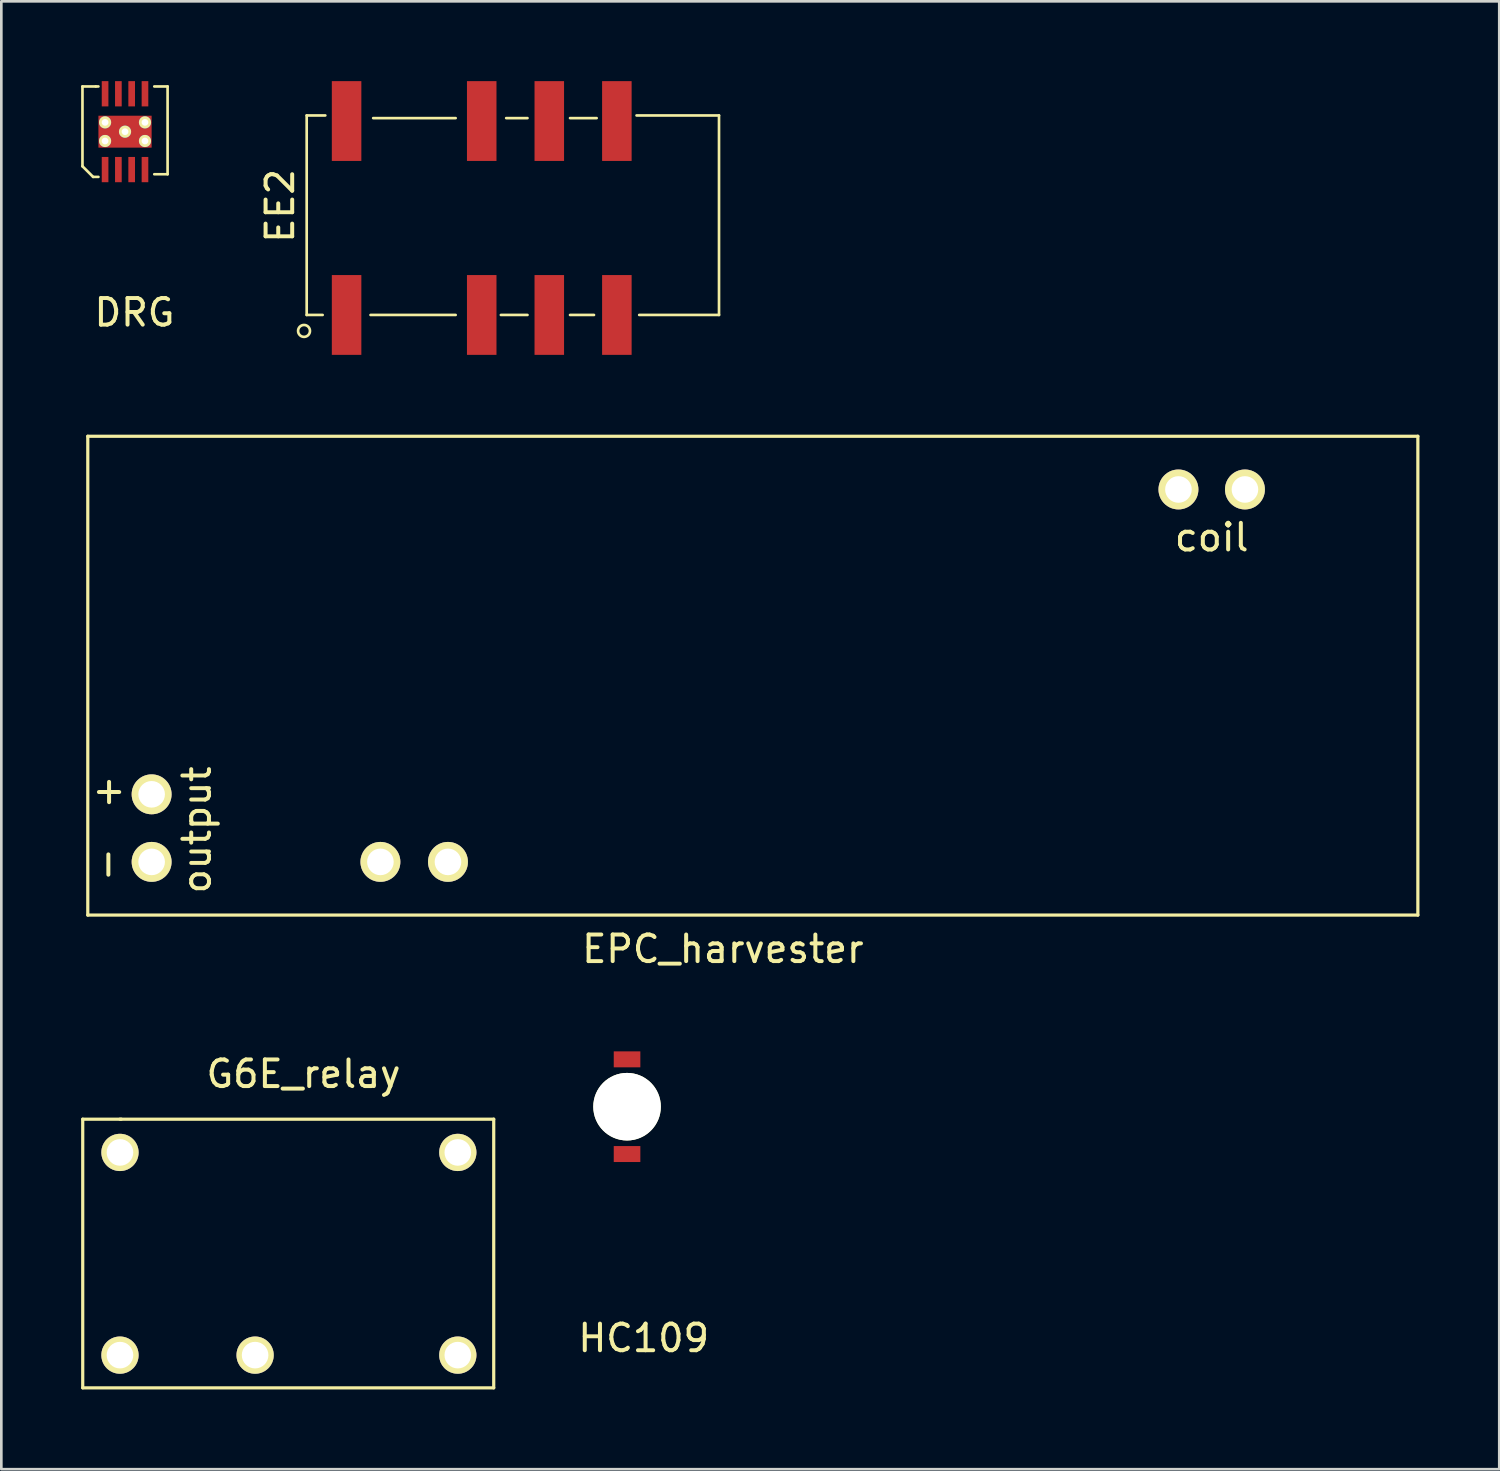
<source format=kicad_pcb>
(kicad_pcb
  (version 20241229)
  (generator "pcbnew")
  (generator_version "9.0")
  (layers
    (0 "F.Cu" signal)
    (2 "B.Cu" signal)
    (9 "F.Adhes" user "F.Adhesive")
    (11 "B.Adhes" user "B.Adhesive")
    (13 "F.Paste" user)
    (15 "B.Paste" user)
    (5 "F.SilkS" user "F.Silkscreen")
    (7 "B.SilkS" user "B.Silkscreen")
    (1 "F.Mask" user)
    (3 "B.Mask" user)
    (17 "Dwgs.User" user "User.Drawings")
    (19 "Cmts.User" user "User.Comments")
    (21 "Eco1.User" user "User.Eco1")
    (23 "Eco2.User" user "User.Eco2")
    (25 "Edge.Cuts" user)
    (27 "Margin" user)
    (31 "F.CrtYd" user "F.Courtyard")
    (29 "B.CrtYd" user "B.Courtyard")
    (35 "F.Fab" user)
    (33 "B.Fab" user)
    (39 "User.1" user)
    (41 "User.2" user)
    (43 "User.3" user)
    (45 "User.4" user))
  (footprint "EE2"
    (layer "F.Cu")
    (at 9.979 8.79)
    (property "Reference" "EE2" (at -2.5 -4.1 90) (layer "F.SilkS") (effects (font (size 1 1) (thickness 0.15))))
    (attr through_hole)
    (fp_line (start -1.5 -7.5) (end -0.8 -7.5) (stroke (width 0.1) (type solid)) (layer "F.SilkS"))
    (fp_line (start -1.5 0) (end -1.5 -7.5) (stroke (width 0.1) (type solid)) (layer "F.SilkS"))
    (fp_line (start -0.9 0) (end -1.5 0) (stroke (width 0.1) (type solid)) (layer "F.SilkS"))
    (fp_line (start 1 -7.4) (end 4.1 -7.4) (stroke (width 0.1) (type solid)) (layer "F.SilkS"))
    (fp_line (start 4.1 0) (end 0.9 0) (stroke (width 0.1) (type solid)) (layer "F.SilkS"))
    (fp_line (start 6 -7.4) (end 6.8 -7.4) (stroke (width 0.1) (type solid)) (layer "F.SilkS"))
    (fp_line (start 6.8 0) (end 5.8 0) (stroke (width 0.1) (type solid)) (layer "F.SilkS"))
    (fp_line (start 8.4 -7.4) (end 9.4 -7.4) (stroke (width 0.1) (type solid)) (layer "F.SilkS"))
    (fp_line (start 9.3 0) (end 8.4 0) (stroke (width 0.1) (type solid)) (layer "F.SilkS"))
    (fp_line (start 11 0) (end 14 0) (stroke (width 0.1) (type solid)) (layer "F.SilkS"))
    (fp_line (start 14 -7.5) (end 10.9 -7.5) (stroke (width 0.1) (type solid)) (layer "F.SilkS"))
    (fp_line (start 14 0) (end 14 -7.5) (stroke (width 0.1) (type solid)) (layer "F.SilkS"))
    (fp_circle (center -1.6 0.6) (end -1.4 0.7) (stroke (width 0.1) (type solid)) (fill no) (layer "F.SilkS"))
    (pad "1" smd rect (at 0 0) (size 1.11 3) (layers "F.Cu" "F.Mask" "F.Paste"))
    (pad "3" smd rect (at 5.08 0) (size 1.11 3) (layers "F.Cu" "F.Mask" "F.Paste"))
    (pad "4" smd rect (at 7.62 0) (size 1.11 3) (layers "F.Cu" "F.Mask" "F.Paste"))
    (pad "5" smd rect (at 10.16 0) (size 1.11 3) (layers "F.Cu" "F.Mask" "F.Paste"))
    (pad "8" smd rect (at 10.16 -7.29) (size 1.11 3) (layers "F.Cu" "F.Mask" "F.Paste"))
    (pad "9" smd rect (at 7.62 -7.29) (size 1.11 3) (layers "F.Cu" "F.Mask" "F.Paste"))
    (pad "10" smd rect (at 5.08 -7.29) (size 1.11 3) (layers "F.Cu" "F.Mask" "F.Paste"))
    (pad "12" smd rect (at 0 -7.29) (size 1.11 3) (layers "F.Cu" "F.Mask" "F.Paste")))
  (footprint "HC109"
    (layer "F.Cu")
    (at 20.522 38.553)
    (property "Reference" "HC109" (at 0.625 8.7 0) (layer "F.SilkS") (effects (font (size 1 1) (thickness 0.15))))
    (attr through_hole)
    (fp_line (start -0.45 -0.9) (end 0.45 -0.9) (stroke (width 0.1) (type solid)) (layer "F.CrtYd"))
    (fp_line (start -0.45 0.9) (end -0.45 -0.9) (stroke (width 0.1) (type solid)) (layer "F.CrtYd"))
    (fp_line (start 0.45 -0.9) (end 0.45 0.9) (stroke (width 0.1) (type solid)) (layer "F.CrtYd"))
    (fp_line (start 0.45 0.9) (end -0.45 0.9) (stroke (width 0.1) (type solid)) (layer "F.CrtYd"))
    (pad "" np_thru_hole circle (at 0 0) (size 2.54 2.54) (drill 2.54) (layers "*.Cu" "*.Mask" "F.SilkS"))
    (pad "1" smd rect (at 0 -1.78) (size 1 0.6) (layers "F.Cu" "F.Mask" "F.Paste"))
    (pad "2" smd rect (at 0 1.78) (size 1 0.6) (layers "F.Cu" "F.Mask" "F.Paste")))
  (footprint "EPC_harvester"
    (layer "F.Cu")
    (at 0.25 31.35)
    (property "Reference" "EPC_harvester" (at 23.875 1.275 180) (layer "F.SilkS") (effects (font (size 1 1) (thickness 0.15))))
    (attr through_hole)
    (fp_line (start 0 -18) (end 50 -18) (stroke (width 0.12) (type solid)) (layer "F.SilkS"))
    (fp_line (start 0 0) (end 0 -18) (stroke (width 0.12) (type solid)) (layer "F.SilkS"))
    (fp_line (start 50 -18) (end 50 0) (stroke (width 0.12) (type solid)) (layer "F.SilkS"))
    (fp_line (start 50 0) (end 0 0) (stroke (width 0.12) (type solid)) (layer "F.SilkS"))
    (fp_text user "coil" (at 42.25 -14.2 0) (layer "F.SilkS") (effects (font (size 1 1) (thickness 0.15))))
    (fp_text user "output" (at 4.1 -3.2 90) (layer "F.SilkS") (effects (font (size 1 1) (thickness 0.15))))
    (fp_text user "+" (at 0.8 -4.7 0) (layer "F.SilkS") (effects (font (size 1 1) (thickness 0.15))))
    (fp_text user "-" (at 0.7 -1.9 90) (layer "F.SilkS") (effects (font (size 1 1) (thickness 0.15))))
    (pad "0" thru_hole circle (at 11 -2) (size 1.5 1.5) (drill 1) (layers "*.Cu" "*.Mask" "F.SilkS"))
    (pad "0" thru_hole circle (at 13.54 -2) (size 1.5 1.5) (drill 1) (layers "*.Cu" "*.Mask" "F.SilkS"))
    (pad "0" thru_hole circle (at 41 -16) (size 1.5 1.5) (drill 1) (layers "*.Cu" "*.Mask" "F.SilkS"))
    (pad "0" thru_hole circle (at 43.5 -16) (size 1.5 1.5) (drill 1) (layers "*.Cu" "*.Mask" "F.SilkS"))
    (pad "1" thru_hole circle (at 2.4 -2) (size 1.5 1.5) (drill 1) (layers "*.Cu" "*.Mask" "F.SilkS"))
    (pad "2" thru_hole circle (at 2.4 -4.54) (size 1.5 1.5) (drill 1) (layers "*.Cu" "*.Mask" "F.SilkS")))
  (footprint "G6E_relay"
    (layer "F.Cu")
    (at 1.46 40.272)
    (property "Reference" "G6E_relay" (at 6.9 -2.95 0) (layer "F.SilkS") (effects (font (size 1 1) (thickness 0.15))))
    (attr through_hole)
    (fp_line (start -1.4 -1.25) (end 0.05 -1.25) (stroke (width 0.12) (type solid)) (layer "F.SilkS"))
    (fp_line (start -1.4 8.85) (end -1.4 -1.25) (stroke (width 0.12) (type solid)) (layer "F.SilkS"))
    (fp_line (start 0 -1.25) (end 14.05 -1.25) (stroke (width 0.12) (type solid)) (layer "F.SilkS"))
    (fp_line (start 14.05 -1.25) (end 14.05 8.85) (stroke (width 0.12) (type solid)) (layer "F.SilkS"))
    (fp_line (start 14.05 8.85) (end -1.4 8.85) (stroke (width 0.12) (type solid)) (layer "F.SilkS"))
    (pad "1" thru_hole circle (at 0 0) (size 1.4 1.4) (drill 1) (layers "*.Cu" "*.Mask" "F.SilkS"))
    (pad "6" thru_hole circle (at 12.7 0) (size 1.4 1.4) (drill 1) (layers "*.Cu" "*.Mask" "F.SilkS"))
    (pad "7" thru_hole circle (at 12.7 7.62) (size 1.4 1.4) (drill 1) (layers "*.Cu" "*.Mask" "F.SilkS"))
    (pad "10" thru_hole circle (at 5.08 7.62) (size 1.4 1.4) (drill 1) (layers "*.Cu" "*.Mask" "F.SilkS"))
    (pad "12" thru_hole circle (at 0 7.62) (size 1.4 1.4) (drill 1) (layers "*.Cu" "*.Mask" "F.SilkS")))
  (footprint "DRG"
    (layer "F.Cu")
    (at 1.65 1.9)
    (property "Reference" "DRG" (at 0.356 6.799 0) (layer "F.SilkS") (effects (font (size 1 1) (thickness 0.15))))
    (attr through_hole)
    (fp_line (start -1.6 -1.7) (end -1.1 -1.7) (stroke (width 0.1) (type solid)) (layer "F.SilkS"))
    (fp_line (start -1.6 1.3) (end -1.6 -1.7) (stroke (width 0.1) (type solid)) (layer "F.SilkS"))
    (fp_line (start -1.2 1.7) (end -1.6 1.3) (stroke (width 0.1) (type solid)) (layer "F.SilkS"))
    (fp_line (start -1.1 -1.7) (end -1 -1.7) (stroke (width 0.1) (type solid)) (layer "F.SilkS"))
    (fp_line (start -1 1.7) (end -1.2 1.7) (stroke (width 0.1) (type solid)) (layer "F.SilkS"))
    (fp_line (start 1.1 -1.7) (end 1.6 -1.7) (stroke (width 0.1) (type solid)) (layer "F.SilkS"))
    (fp_line (start 1.6 -1.7) (end 1.6 1.6) (stroke (width 0.1) (type solid)) (layer "F.SilkS"))
    (fp_line (start 1.6 1.6) (end 1.1 1.6) (stroke (width 0.1) (type solid)) (layer "F.SilkS"))
    (pad "0" thru_hole circle (at -0.75 -0.35 90) (size 0.457 0.457) (drill 0.254) (layers "*.Cu" "*.Mask" "F.SilkS"))
    (pad "0" thru_hole circle (at -0.75 0.35 90) (size 0.457 0.457) (drill 0.254) (layers "*.Cu" "*.Mask" "F.SilkS"))
    (pad "0" smd rect (at -0.525 0 90) (size 0.85 0.85) (layers "F.Cu" "F.Mask" "F.Paste"))
    (pad "0" thru_hole circle (at 0 0 90) (size 0.457 0.457) (drill 0.254) (layers "*.Cu" "*.Mask" "F.SilkS"))
    (pad "0" smd rect (at 0 0 90) (size 1.2 2) (layers "F.Cu" "F.Mask"))
    (pad "0" smd rect (at 0.525 0 90) (size 0.85 0.85) (layers "F.Cu" "F.Mask" "F.Paste"))
    (pad "0" thru_hole circle (at 0.75 -0.35 90) (size 0.457 0.457) (drill 0.254) (layers "*.Cu" "*.Mask" "F.SilkS"))
    (pad "0" thru_hole circle (at 0.75 0.35 90) (size 0.457 0.457) (drill 0.254) (layers "*.Cu" "*.Mask" "F.SilkS"))
    (pad "1" smd rect (at -0.75 1.425 90) (size 0.95 0.25) (layers "F.Cu" "F.Mask" "F.Paste"))
    (pad "2" smd rect (at -0.25 1.425 90) (size 0.95 0.25) (layers "F.Cu" "F.Mask" "F.Paste"))
    (pad "3" smd rect (at 0.25 1.425 90) (size 0.95 0.25) (layers "F.Cu" "F.Mask" "F.Paste"))
    (pad "4" smd rect (at 0.75 1.425 90) (size 0.95 0.25) (layers "F.Cu" "F.Mask" "F.Paste"))
    (pad "5" smd rect (at 0.75 -1.425 90) (size 0.95 0.25) (layers "F.Cu" "F.Mask" "F.Paste"))
    (pad "6" smd rect (at 0.25 -1.425 90) (size 0.95 0.25) (layers "F.Cu" "F.Mask" "F.Paste"))
    (pad "7" smd rect (at -0.25 -1.425 90) (size 0.95 0.25) (layers "F.Cu" "F.Mask" "F.Paste"))
    (pad "8" smd rect (at -0.75 -1.425 90) (size 0.95 0.25) (layers "F.Cu" "F.Mask" "F.Paste")))
  (gr_rect
    (start -3 -3)
    (end 53.31 52.181)
    (stroke (width 0.1) (type default))
    (fill no)
    (layer "Edge.Cuts")))
</source>
